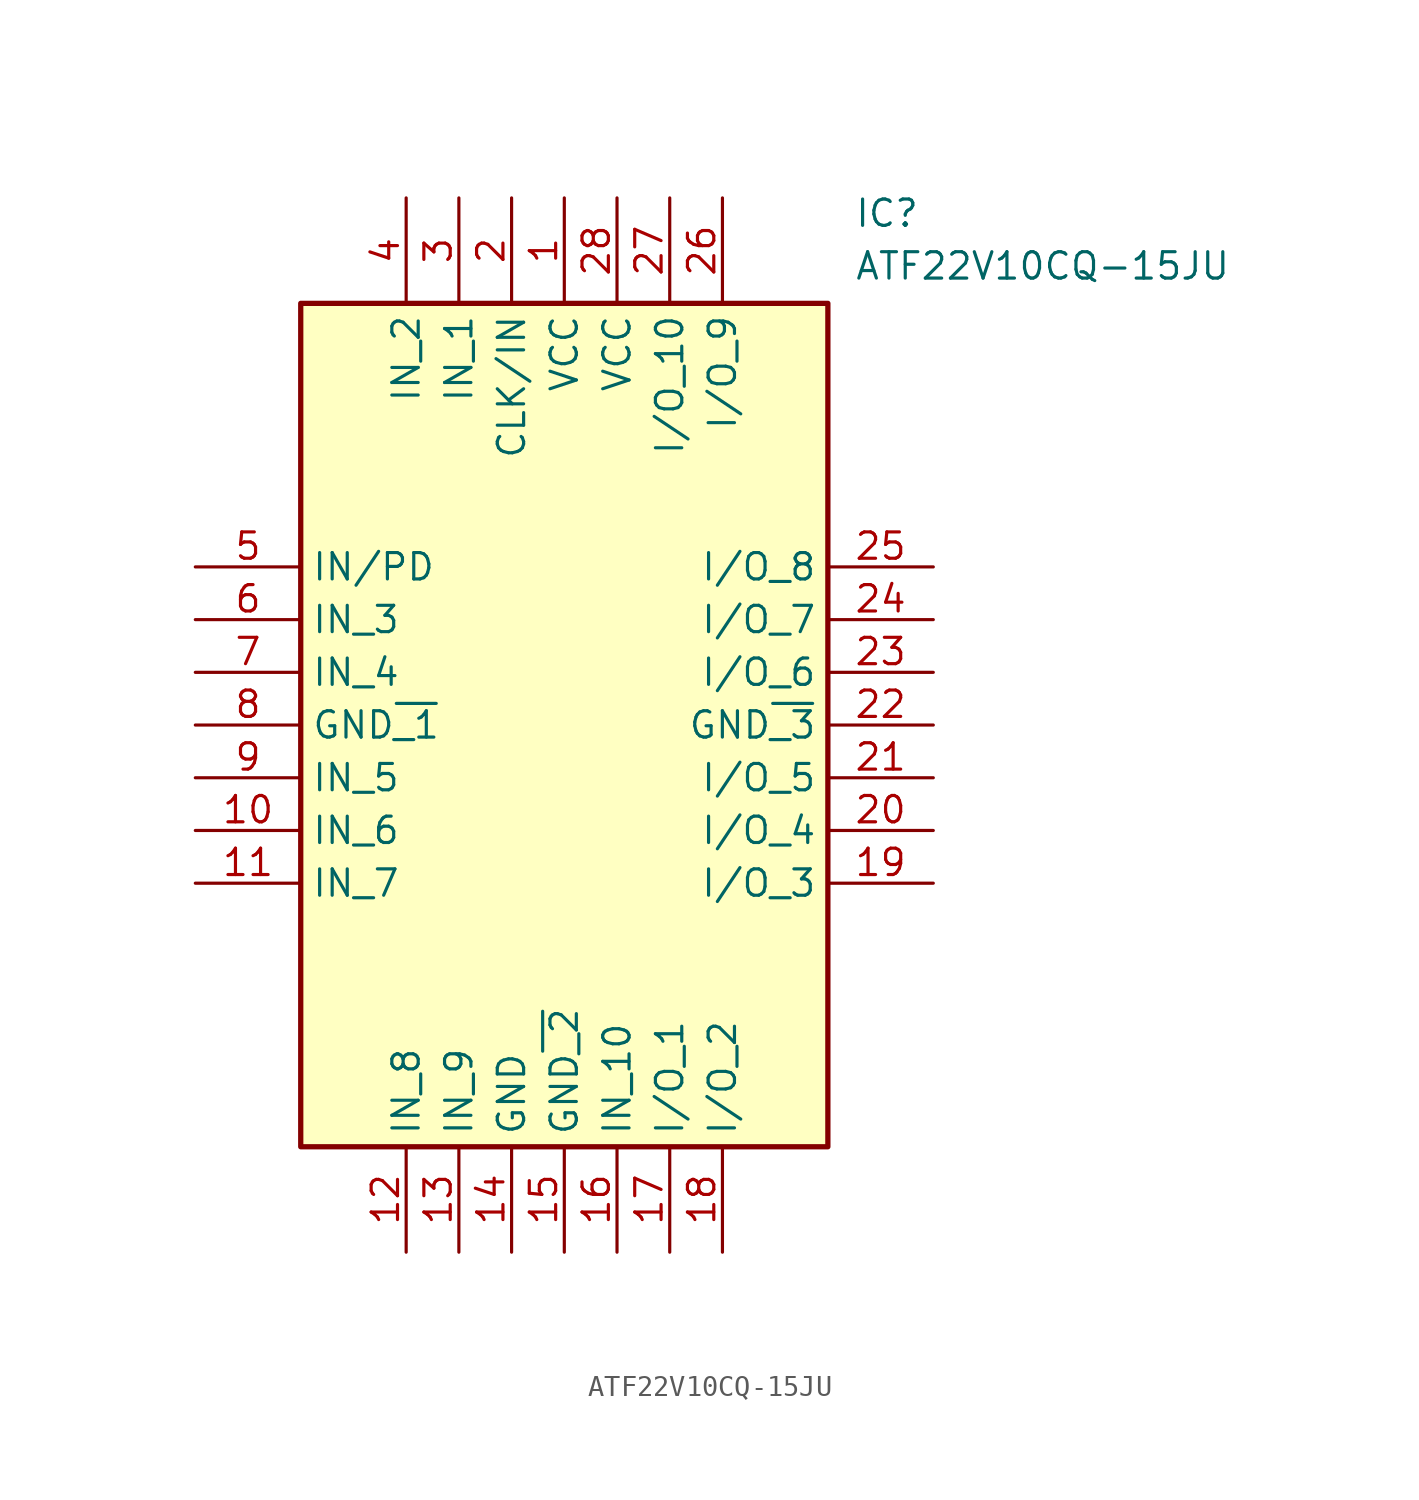
<source format=kicad_sym>
(kicad_symbol_lib
  (version 20241209)
  (generator "kicad_symbol_editor")
  (generator_version "9.0")
  (symbol "ATF22V10CQ-15JU"
    (property "Reference" "IC"
      (at 31.75 17.78 0)
      (effects (font (size 1.27 1.27)) (justify left top)))
    (property "Value" "ATF22V10CQ-15JU"
      (at 31.75 15.24 0)
      (effects (font (size 1.27 1.27)) (justify left top)))
    (symbol "ATF22V10CQ-15JU_1_1"
      (rectangle (start 5.08 12.7) (end 30.48 -27.94) (stroke (width 0.254) (type default)) (fill (type background)))
      (pin passive line (at 0 0 0) (length 5.08) (name "IN/PD" (effects (font (size 1.27 1.27)))) (number "5" (effects (font (size 1.27 1.27)))))
      (pin passive line (at 0 -2.54 0) (length 5.08) (name "IN_3" (effects (font (size 1.27 1.27)))) (number "6" (effects (font (size 1.27 1.27)))))
      (pin passive line (at 0 -5.08 0) (length 5.08) (name "IN_4" (effects (font (size 1.27 1.27)))) (number "7" (effects (font (size 1.27 1.27)))))
      (pin passive line (at 0 -7.62 0) (length 5.08) (name "GND~{_1}" (effects (font (size 1.27 1.27)))) (number "8" (effects (font (size 1.27 1.27)))))
      (pin passive line (at 0 -10.16 0) (length 5.08) (name "IN_5" (effects (font (size 1.27 1.27)))) (number "9" (effects (font (size 1.27 1.27)))))
      (pin passive line (at 0 -12.7 0) (length 5.08) (name "IN_6" (effects (font (size 1.27 1.27)))) (number "10" (effects (font (size 1.27 1.27)))))
      (pin passive line (at 0 -15.24 0) (length 5.08) (name "IN_7" (effects (font (size 1.27 1.27)))) (number "11" (effects (font (size 1.27 1.27)))))
      (pin passive line (at 10.16 17.78 270) (length 5.08) (name "IN_2" (effects (font (size 1.27 1.27)))) (number "4" (effects (font (size 1.27 1.27)))))
      (pin passive line (at 10.16 -33.02 90) (length 5.08) (name "IN_8" (effects (font (size 1.27 1.27)))) (number "12" (effects (font (size 1.27 1.27)))))
      (pin passive line (at 12.7 17.78 270) (length 5.08) (name "IN_1" (effects (font (size 1.27 1.27)))) (number "3" (effects (font (size 1.27 1.27)))))
      (pin passive line (at 12.7 -33.02 90) (length 5.08) (name "IN_9" (effects (font (size 1.27 1.27)))) (number "13" (effects (font (size 1.27 1.27)))))
      (pin passive line (at 15.24 17.78 270) (length 5.08) (name "CLK/IN" (effects (font (size 1.27 1.27)))) (number "2" (effects (font (size 1.27 1.27)))))
      (pin passive line (at 15.24 -33.02 90) (length 5.08) (name "GND" (effects (font (size 1.27 1.27)))) (number "14" (effects (font (size 1.27 1.27)))))
      (pin passive line (at 17.78 17.78 270) (length 5.08) (name "VCC~{}" (effects (font (size 1.27 1.27)))) (number "1" (effects (font (size 1.27 1.27)))))
      (pin passive line (at 17.78 -33.02 90) (length 5.08) (name "GND~{_2}" (effects (font (size 1.27 1.27)))) (number "15" (effects (font (size 1.27 1.27)))))
      (pin passive line (at 20.32 17.78 270) (length 5.08) (name "VCC" (effects (font (size 1.27 1.27)))) (number "28" (effects (font (size 1.27 1.27)))))
      (pin passive line (at 20.32 -33.02 90) (length 5.08) (name "IN_10" (effects (font (size 1.27 1.27)))) (number "16" (effects (font (size 1.27 1.27)))))
      (pin passive line (at 22.86 17.78 270) (length 5.08) (name "I/O_10" (effects (font (size 1.27 1.27)))) (number "27" (effects (font (size 1.27 1.27)))))
      (pin passive line (at 22.86 -33.02 90) (length 5.08) (name "I/O_1" (effects (font (size 1.27 1.27)))) (number "17" (effects (font (size 1.27 1.27)))))
      (pin passive line (at 25.4 17.78 270) (length 5.08) (name "I/O_9" (effects (font (size 1.27 1.27)))) (number "26" (effects (font (size 1.27 1.27)))))
      (pin passive line (at 25.4 -33.02 90) (length 5.08) (name "I/O_2" (effects (font (size 1.27 1.27)))) (number "18" (effects (font (size 1.27 1.27)))))
      (pin passive line (at 35.56 0 180) (length 5.08) (name "I/O_8" (effects (font (size 1.27 1.27)))) (number "25" (effects (font (size 1.27 1.27)))))
      (pin passive line (at 35.56 -2.54 180) (length 5.08) (name "I/O_7" (effects (font (size 1.27 1.27)))) (number "24" (effects (font (size 1.27 1.27)))))
      (pin passive line (at 35.56 -5.08 180) (length 5.08) (name "I/O_6" (effects (font (size 1.27 1.27)))) (number "23" (effects (font (size 1.27 1.27)))))
      (pin passive line (at 35.56 -7.62 180) (length 5.08) (name "GND~{_3}" (effects (font (size 1.27 1.27)))) (number "22" (effects (font (size 1.27 1.27)))))
      (pin passive line (at 35.56 -10.16 180) (length 5.08) (name "I/O_5" (effects (font (size 1.27 1.27)))) (number "21" (effects (font (size 1.27 1.27)))))
      (pin passive line (at 35.56 -12.7 180) (length 5.08) (name "I/O_4" (effects (font (size 1.27 1.27)))) (number "20" (effects (font (size 1.27 1.27)))))
      (pin passive line (at 35.56 -15.24 180) (length 5.08) (name "I/O_3" (effects (font (size 1.27 1.27)))) (number "19" (effects (font (size 1.27 1.27))))))))
</source>
